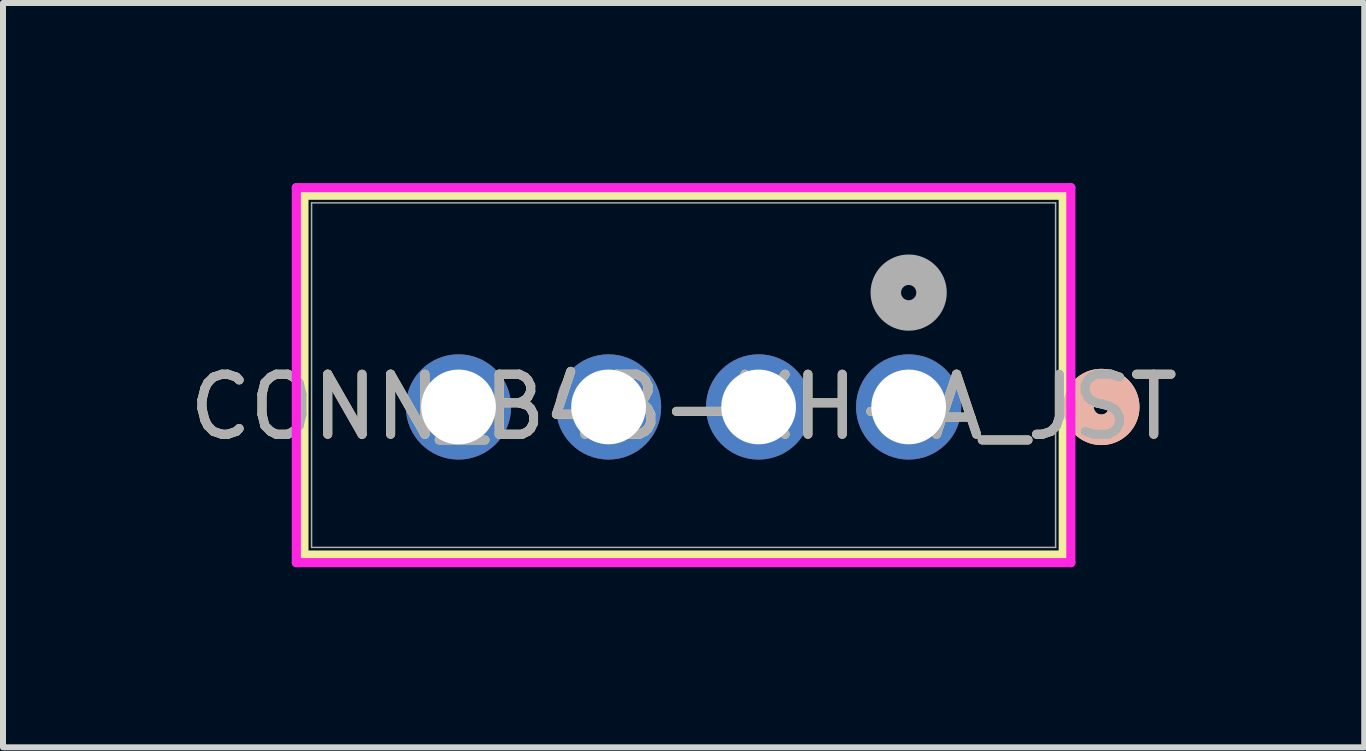
<source format=kicad_pcb>
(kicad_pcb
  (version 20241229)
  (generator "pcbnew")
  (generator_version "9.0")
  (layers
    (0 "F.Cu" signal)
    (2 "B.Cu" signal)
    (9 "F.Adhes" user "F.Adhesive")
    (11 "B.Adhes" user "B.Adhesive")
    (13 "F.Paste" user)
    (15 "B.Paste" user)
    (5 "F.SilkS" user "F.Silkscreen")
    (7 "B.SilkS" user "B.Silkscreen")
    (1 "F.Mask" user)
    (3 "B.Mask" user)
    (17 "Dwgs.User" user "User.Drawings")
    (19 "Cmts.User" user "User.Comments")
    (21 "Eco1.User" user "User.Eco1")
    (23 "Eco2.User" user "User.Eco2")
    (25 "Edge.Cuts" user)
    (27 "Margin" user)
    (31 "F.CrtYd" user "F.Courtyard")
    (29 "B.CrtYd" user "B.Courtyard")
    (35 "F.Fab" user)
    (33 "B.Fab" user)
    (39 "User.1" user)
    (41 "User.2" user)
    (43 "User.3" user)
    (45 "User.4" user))
  (footprint "CONN_B4B-XH-A_JST"
    (layer "F.Cu")
    (at 12.089 3.73)
    (property "Reference" "CONN_B4B-XH-A_JST" (at -3.75 0 0) (unlocked yes) (layer "F.SilkS") (effects (font (size 1 1) (thickness 0.15))))
    (attr through_hole)
    (fp_line (start -10.075 -3.527) (end -10.075 2.467) (stroke (width 0.152) (type solid)) (layer "F.SilkS"))
    (fp_line (start -10.075 2.467) (end 2.575 2.467) (stroke (width 0.152) (type solid)) (layer "F.SilkS"))
    (fp_line (start 2.575 -3.527) (end -10.075 -3.527) (stroke (width 0.152) (type solid)) (layer "F.SilkS"))
    (fp_line (start 2.575 2.467) (end 2.575 -3.527) (stroke (width 0.152) (type solid)) (layer "F.SilkS"))
    (fp_circle (center 3.21 0) (end 3.591 0) (stroke (width 0.508) (type solid)) (fill no) (layer "F.SilkS"))
    (fp_circle (center 3.21 0) (end 3.591 0) (stroke (width 0.508) (type solid)) (fill no) (layer "B.SilkS"))
    (fp_line (start -10.202 -3.654) (end -10.202 2.594) (stroke (width 0.152) (type solid)) (layer "F.CrtYd"))
    (fp_line (start -10.202 2.594) (end 2.702 2.594) (stroke (width 0.152) (type solid)) (layer "F.CrtYd"))
    (fp_line (start 2.702 -3.654) (end -10.202 -3.654) (stroke (width 0.152) (type solid)) (layer "F.CrtYd"))
    (fp_line (start 2.702 2.594) (end 2.702 -3.654) (stroke (width 0.152) (type solid)) (layer "F.CrtYd"))
    (fp_line (start -9.948 -3.4) (end -9.948 2.34) (stroke (width 0.025) (type solid)) (layer "F.Fab"))
    (fp_line (start -9.948 2.34) (end 2.448 2.34) (stroke (width 0.025) (type solid)) (layer "F.Fab"))
    (fp_line (start 2.448 -3.4) (end -9.948 -3.4) (stroke (width 0.025) (type solid)) (layer "F.Fab"))
    (fp_line (start 2.448 2.34) (end 2.448 -3.4) (stroke (width 0.025) (type solid)) (layer "F.Fab"))
    (fp_circle (center 0 -1.905) (end 0.381 -1.905) (stroke (width 0.508) (type solid)) (fill no) (layer "F.Fab"))
    (fp_text user "${REFERENCE}" (at -3.75 0 0) (unlocked yes) (layer "F.Fab") (effects (font (size 1 1) (thickness 0.15))))
    (pad "1" thru_hole circle (at 0 0) (size 1.753 1.753) (drill 1.245) (layers "*.Cu" "*.Mask"))
    (pad "2" thru_hole circle (at -2.5 0) (size 1.753 1.753) (drill 1.245) (layers "*.Cu" "*.Mask"))
    (pad "3" thru_hole circle (at -5 0) (size 1.753 1.753) (drill 1.245) (layers "*.Cu" "*.Mask"))
    (pad "4" thru_hole circle (at -7.5 0) (size 1.753 1.753) (drill 1.245) (layers "*.Cu" "*.Mask")))
  (gr_rect
    (start -3 -3)
    (end 19.679 9.401)
    (stroke (width 0.1) (type default))
    (fill no)
    (layer "Edge.Cuts")))
</source>
